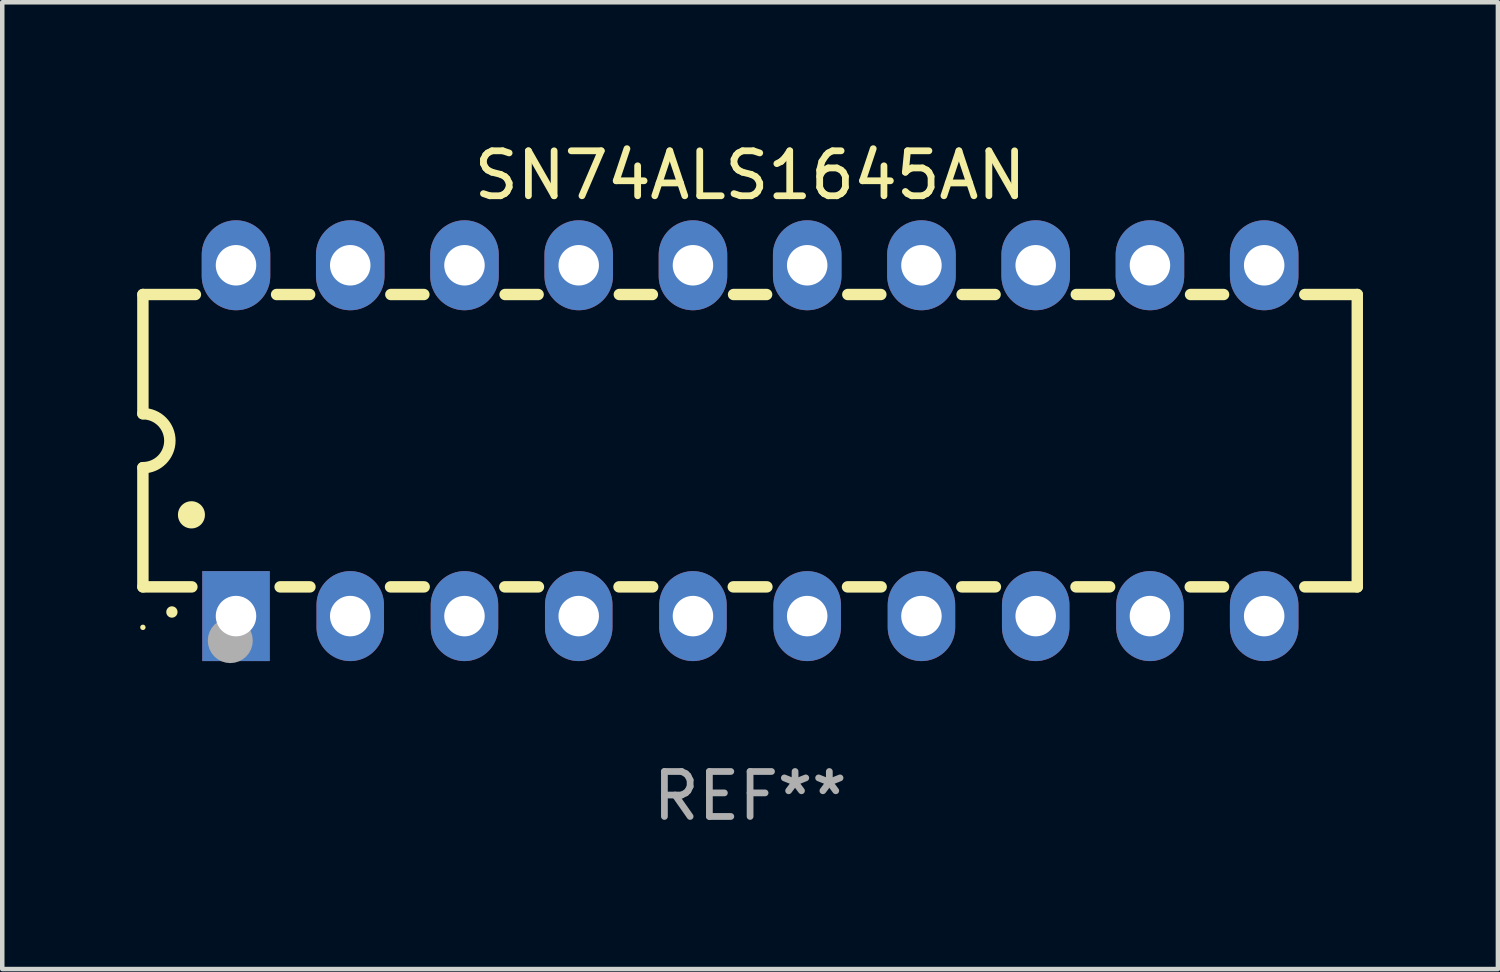
<source format=kicad_pcb>
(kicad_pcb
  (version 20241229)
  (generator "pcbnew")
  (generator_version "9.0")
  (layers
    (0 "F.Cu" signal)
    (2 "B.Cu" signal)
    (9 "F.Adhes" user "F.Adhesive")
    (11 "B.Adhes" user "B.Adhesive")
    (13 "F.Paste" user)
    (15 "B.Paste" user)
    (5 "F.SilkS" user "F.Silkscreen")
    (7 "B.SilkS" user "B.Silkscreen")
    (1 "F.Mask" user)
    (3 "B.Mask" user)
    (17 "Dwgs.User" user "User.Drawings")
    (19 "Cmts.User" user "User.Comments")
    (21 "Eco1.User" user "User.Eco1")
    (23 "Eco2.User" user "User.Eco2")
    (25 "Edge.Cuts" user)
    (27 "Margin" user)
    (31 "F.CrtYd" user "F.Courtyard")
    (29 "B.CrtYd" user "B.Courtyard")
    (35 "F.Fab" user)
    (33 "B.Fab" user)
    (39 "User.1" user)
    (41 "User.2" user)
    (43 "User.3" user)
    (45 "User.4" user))
  (footprint "SN74ALS1645AN"
    (layer "F.Cu")
    (at 13.627 6.748)
    (property "Reference" "SN74ALS1645AN" (at 0 -5.9 0) (layer "F.SilkS") (effects (font (size 1 1) (thickness 0.15))))
    (attr through_hole)
    (fp_line (start -13.5 -3.25) (end -12.333 -3.25) (stroke (width 0.254) (type solid)) (layer "F.SilkS"))
    (fp_line (start -13.5 -0.6) (end -13.5 -3.25) (stroke (width 0.254) (type solid)) (layer "F.SilkS"))
    (fp_line (start -13.5 3.25) (end -13.5 0.6) (stroke (width 0.254) (type solid)) (layer "F.SilkS"))
    (fp_line (start -13.5 3.25) (end -12.411 3.25) (stroke (width 0.254) (type solid)) (layer "F.SilkS"))
    (fp_line (start -10.527 -3.25) (end -9.793 -3.25) (stroke (width 0.254) (type solid)) (layer "F.SilkS"))
    (fp_line (start -10.449 3.25) (end -9.786 3.25) (stroke (width 0.254) (type solid)) (layer "F.SilkS"))
    (fp_line (start -7.994 3.25) (end -7.246 3.25) (stroke (width 0.254) (type solid)) (layer "F.SilkS"))
    (fp_line (start -7.987 -3.25) (end -7.253 -3.25) (stroke (width 0.254) (type solid)) (layer "F.SilkS"))
    (fp_line (start -5.454 3.25) (end -4.706 3.25) (stroke (width 0.254) (type solid)) (layer "F.SilkS"))
    (fp_line (start -5.447 -3.25) (end -4.713 -3.25) (stroke (width 0.254) (type solid)) (layer "F.SilkS"))
    (fp_line (start -2.914 3.25) (end -2.166 3.25) (stroke (width 0.254) (type solid)) (layer "F.SilkS"))
    (fp_line (start -2.907 -3.25) (end -2.173 -3.25) (stroke (width 0.254) (type solid)) (layer "F.SilkS"))
    (fp_line (start -0.374 3.25) (end 0.374 3.25) (stroke (width 0.254) (type solid)) (layer "F.SilkS"))
    (fp_line (start -0.367 -3.25) (end 0.367 -3.25) (stroke (width 0.254) (type solid)) (layer "F.SilkS"))
    (fp_line (start 2.166 3.25) (end 2.914 3.25) (stroke (width 0.254) (type solid)) (layer "F.SilkS"))
    (fp_line (start 2.173 -3.25) (end 2.907 -3.25) (stroke (width 0.254) (type solid)) (layer "F.SilkS"))
    (fp_line (start 4.706 3.25) (end 5.454 3.25) (stroke (width 0.254) (type solid)) (layer "F.SilkS"))
    (fp_line (start 4.713 -3.25) (end 5.447 -3.25) (stroke (width 0.254) (type solid)) (layer "F.SilkS"))
    (fp_line (start 7.246 3.25) (end 7.994 3.25) (stroke (width 0.254) (type solid)) (layer "F.SilkS"))
    (fp_line (start 7.253 -3.25) (end 7.987 -3.25) (stroke (width 0.254) (type solid)) (layer "F.SilkS"))
    (fp_line (start 9.786 3.25) (end 10.527 3.25) (stroke (width 0.254) (type solid)) (layer "F.SilkS"))
    (fp_line (start 9.793 -3.25) (end 10.527 -3.25) (stroke (width 0.254) (type solid)) (layer "F.SilkS"))
    (fp_line (start 12.333 -3.25) (end 13.5 -3.25) (stroke (width 0.254) (type solid)) (layer "F.SilkS"))
    (fp_line (start 12.333 3.25) (end 13.5 3.25) (stroke (width 0.254) (type solid)) (layer "F.SilkS"))
    (fp_line (start 13.5 -3.25) (end 13.5 3.25) (stroke (width 0.254) (type solid)) (layer "F.SilkS"))
    (fp_arc (start -13.500127 -0.599442) (mid -12.900406 0.000228) (end -13.500025 0.6) (stroke (width 0.254001) (type solid)) (layer "F.SilkS"))
    (fp_arc (start -12.854966 3.810008) (mid -12.854973 3.808738) (end -12.854966 3.807468) (stroke (width 0.25) (type solid)) (layer "F.SilkS"))
    (fp_arc (start -12.420625 1.651003) (mid -12.420636 1.648463) (end -12.420625 1.645923) (stroke (width 0.6) (type solid)) (layer "F.SilkS"))
    (fp_circle (center -13.5 4.15) (end -13.47 4.15) (stroke (width 0.06) (type solid)) (fill no) (layer "F.SilkS"))
    (fp_circle (center -11.557 4.445) (end -11.307 4.445) (stroke (width 0.5) (type solid)) (fill no) (layer "F.Fab"))
    (fp_text user "REF**" (at 0 7.9 0) (layer "F.Fab") (effects (font (size 1 1) (thickness 0.15))))
    (pad "1" thru_hole rect (at -11.43 3.9 90) (size 2 1.5) (drill 0.9) (layers "*.Cu" "*.Mask"))
    (pad "2" thru_hole oval (at -8.89 3.9 90) (size 2 1.5) (drill 0.9) (layers "*.Cu" "*.Mask"))
    (pad "3" thru_hole oval (at -6.35 3.9 90) (size 2 1.5) (drill 0.9) (layers "*.Cu" "*.Mask"))
    (pad "4" thru_hole oval (at -3.81 3.9 90) (size 2 1.5) (drill 0.9) (layers "*.Cu" "*.Mask"))
    (pad "5" thru_hole oval (at -1.27 3.9 90) (size 2 1.5) (drill 0.9) (layers "*.Cu" "*.Mask"))
    (pad "6" thru_hole oval (at 1.27 3.9 90) (size 2 1.5) (drill 0.9) (layers "*.Cu" "*.Mask"))
    (pad "7" thru_hole oval (at 3.81 3.9 90) (size 2 1.5) (drill 0.9) (layers "*.Cu" "*.Mask"))
    (pad "8" thru_hole oval (at 6.35 3.9 90) (size 2 1.5) (drill 0.9) (layers "*.Cu" "*.Mask"))
    (pad "9" thru_hole oval (at 8.89 3.9 90) (size 2 1.5) (drill 0.9) (layers "*.Cu" "*.Mask"))
    (pad "10" thru_hole oval (at 11.43 3.9 90) (size 2 1.524) (drill 0.9) (layers "*.Cu" "*.Mask"))
    (pad "11" thru_hole oval (at 11.43 -3.9 90) (size 2 1.524) (drill 0.9) (layers "*.Cu" "*.Mask"))
    (pad "12" thru_hole oval (at 8.89 -3.9 90) (size 2 1.524) (drill 0.9) (layers "*.Cu" "*.Mask"))
    (pad "13" thru_hole oval (at 6.35 -3.9 90) (size 2 1.524) (drill 0.9) (layers "*.Cu" "*.Mask"))
    (pad "14" thru_hole oval (at 3.81 -3.9 90) (size 2 1.524) (drill 0.9) (layers "*.Cu" "*.Mask"))
    (pad "15" thru_hole oval (at 1.27 -3.9 90) (size 2 1.524) (drill 0.9) (layers "*.Cu" "*.Mask"))
    (pad "16" thru_hole oval (at -1.27 -3.9 90) (size 2 1.524) (drill 0.9) (layers "*.Cu" "*.Mask"))
    (pad "17" thru_hole oval (at -3.81 -3.9 90) (size 2 1.524) (drill 0.9) (layers "*.Cu" "*.Mask"))
    (pad "18" thru_hole oval (at -6.35 -3.9 90) (size 2 1.524) (drill 0.9) (layers "*.Cu" "*.Mask"))
    (pad "19" thru_hole oval (at -8.89 -3.9 90) (size 2 1.524) (drill 0.9) (layers "*.Cu" "*.Mask"))
    (pad "20" thru_hole oval (at -11.43 -3.9 90) (size 2 1.524) (drill 0.9) (layers "*.Cu" "*.Mask")))
  (gr_rect
    (start -3 -3)
    (end 30.254 18.496)
    (stroke (width 0.1) (type default))
    (fill no)
    (layer "Edge.Cuts")))
</source>
